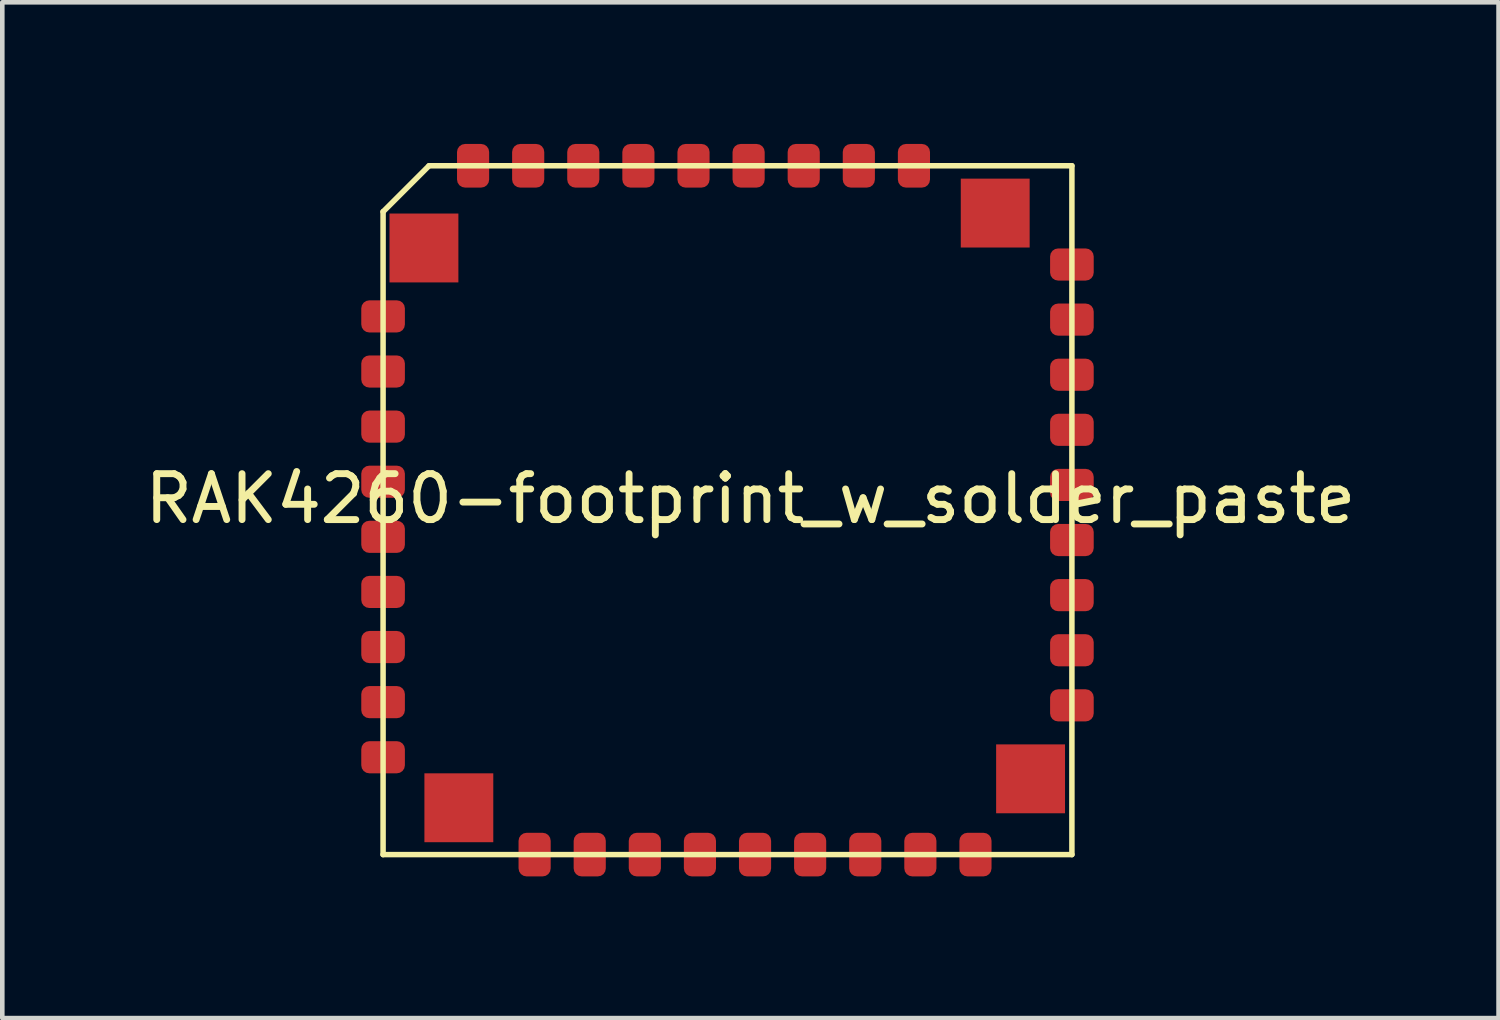
<source format=kicad_pcb>
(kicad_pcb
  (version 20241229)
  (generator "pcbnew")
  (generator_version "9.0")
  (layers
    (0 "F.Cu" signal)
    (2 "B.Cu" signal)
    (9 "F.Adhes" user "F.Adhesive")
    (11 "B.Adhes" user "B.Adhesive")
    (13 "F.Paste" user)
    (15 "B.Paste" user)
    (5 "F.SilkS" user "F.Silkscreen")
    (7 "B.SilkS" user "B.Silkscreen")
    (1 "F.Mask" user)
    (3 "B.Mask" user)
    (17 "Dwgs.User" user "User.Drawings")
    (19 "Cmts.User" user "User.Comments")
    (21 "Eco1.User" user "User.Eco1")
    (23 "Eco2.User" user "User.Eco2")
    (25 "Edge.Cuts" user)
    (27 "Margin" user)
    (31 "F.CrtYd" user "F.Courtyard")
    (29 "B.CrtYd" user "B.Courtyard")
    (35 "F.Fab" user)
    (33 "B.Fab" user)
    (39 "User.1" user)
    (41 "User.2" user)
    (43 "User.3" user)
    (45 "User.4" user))
  (footprint "RAK4260-footprint_w_solder_paste"
    (layer "F.Cu")
    (at 12.792 8.06)
    (property "Reference" "RAK4260-footprint_w_solder_paste" (at 0.5 -0.25 0) (layer "F.SilkS") (effects (font (size 1 1) (thickness 0.15))))
    (attr through_hole)
    (fp_line (start -7.5 7.5) (end -7.5 -6.5) (stroke (width 0.12) (type solid)) (layer "F.SilkS"))
    (fp_line (start -7.5 7.5) (end 7.5 7.5) (stroke (width 0.12) (type solid)) (layer "F.SilkS"))
    (fp_line (start -6.5 -7.5) (end -7.5 -6.5) (stroke (width 0.12) (type solid)) (layer "F.SilkS"))
    (fp_line (start 7.5 -7.5) (end -6.5 -7.5) (stroke (width 0.12) (type solid)) (layer "F.SilkS"))
    (fp_line (start 7.5 7.5) (end 7.5 -7.5) (stroke (width 0.12) (type solid)) (layer "F.SilkS"))
    (fp_line (start -8 0) (end 8 0) (stroke (width 0.12) (type solid)) (layer "Eco1.User"))
    (fp_line (start 0 8) (end 0 -8) (stroke (width 0.12) (type solid)) (layer "Eco1.User"))
    (pad "1" smd roundrect (at -7.5 -4.22) (size 0.95 0.7) (layers "F.Cu" "F.Mask" "F.Paste") (roundrect_rratio 0.25))
    (pad "2" smd roundrect (at -7.5 -3.02) (size 0.95 0.7) (layers "F.Cu" "F.Mask" "F.Paste") (roundrect_rratio 0.25))
    (pad "3" smd roundrect (at -7.5 -1.82) (size 0.95 0.7) (layers "F.Cu" "F.Mask" "F.Paste") (roundrect_rratio 0.25))
    (pad "4" smd roundrect (at -7.5 -0.62) (size 0.95 0.7) (layers "F.Cu" "F.Mask" "F.Paste") (roundrect_rratio 0.25))
    (pad "5" smd roundrect (at -7.5 0.58) (size 0.95 0.7) (layers "F.Cu" "F.Mask" "F.Paste") (roundrect_rratio 0.25))
    (pad "6" smd roundrect (at -7.5 1.78) (size 0.95 0.7) (layers "F.Cu" "F.Mask" "F.Paste") (roundrect_rratio 0.25))
    (pad "7" smd roundrect (at -7.5 2.98) (size 0.95 0.7) (layers "F.Cu" "F.Mask" "F.Paste") (roundrect_rratio 0.25))
    (pad "8" smd roundrect (at -7.5 4.18) (size 0.95 0.7) (layers "F.Cu" "F.Mask" "F.Paste") (roundrect_rratio 0.25))
    (pad "9" smd roundrect (at -7.5 5.38) (size 0.95 0.7) (layers "F.Cu" "F.Mask" "F.Paste") (roundrect_rratio 0.25))
    (pad "10" smd roundrect (at -4.2 7.5 90) (size 0.95 0.7) (layers "F.Cu" "F.Mask" "F.Paste") (roundrect_rratio 0.25))
    (pad "11" smd roundrect (at -3 7.5 90) (size 0.95 0.7) (layers "F.Cu" "F.Mask" "F.Paste") (roundrect_rratio 0.25))
    (pad "12" smd roundrect (at -1.8 7.5 90) (size 0.95 0.7) (layers "F.Cu" "F.Mask" "F.Paste") (roundrect_rratio 0.25))
    (pad "13" smd roundrect (at -0.6 7.5 90) (size 0.95 0.7) (layers "F.Cu" "F.Mask" "F.Paste") (roundrect_rratio 0.25))
    (pad "14" smd roundrect (at 0.6 7.5 90) (size 0.95 0.7) (layers "F.Cu" "F.Mask" "F.Paste") (roundrect_rratio 0.25))
    (pad "15" smd roundrect (at 1.8 7.5 90) (size 0.95 0.7) (layers "F.Cu" "F.Mask" "F.Paste") (roundrect_rratio 0.25))
    (pad "16" smd roundrect (at 3 7.5 90) (size 0.95 0.7) (layers "F.Cu" "F.Mask" "F.Paste") (roundrect_rratio 0.25))
    (pad "17" smd roundrect (at 4.2 7.5 90) (size 0.95 0.7) (layers "F.Cu" "F.Mask" "F.Paste") (roundrect_rratio 0.25))
    (pad "18" smd roundrect (at 5.4 7.5 90) (size 0.95 0.7) (layers "F.Cu" "F.Mask" "F.Paste") (roundrect_rratio 0.25))
    (pad "19" smd roundrect (at 7.5 4.25 180) (size 0.95 0.7) (layers "F.Cu" "F.Mask" "F.Paste") (roundrect_rratio 0.25))
    (pad "20" smd roundrect (at 7.5 3.05 180) (size 0.95 0.7) (layers "F.Cu" "F.Mask" "F.Paste") (roundrect_rratio 0.25))
    (pad "21" smd roundrect (at 7.5 1.85 180) (size 0.95 0.7) (layers "F.Cu" "F.Mask" "F.Paste") (roundrect_rratio 0.25))
    (pad "22" smd roundrect (at 7.5 0.65 180) (size 0.95 0.7) (layers "F.Cu" "F.Mask" "F.Paste") (roundrect_rratio 0.25))
    (pad "23" smd roundrect (at 7.5 -0.55 180) (size 0.95 0.7) (layers "F.Cu" "F.Mask" "F.Paste") (roundrect_rratio 0.25))
    (pad "24" smd roundrect (at 7.5 -1.75 180) (size 0.95 0.7) (layers "F.Cu" "F.Mask" "F.Paste") (roundrect_rratio 0.25))
    (pad "25" smd roundrect (at 7.5 -2.95 180) (size 0.95 0.7) (layers "F.Cu" "F.Mask" "F.Paste") (roundrect_rratio 0.25))
    (pad "26" smd roundrect (at 7.5 -4.15 180) (size 0.95 0.7) (layers "F.Cu" "F.Mask" "F.Paste") (roundrect_rratio 0.25))
    (pad "27" smd roundrect (at 7.5 -5.35 180) (size 0.95 0.7) (layers "F.Cu" "F.Mask" "F.Paste") (roundrect_rratio 0.25))
    (pad "28" smd roundrect (at 4.06 -7.5 90) (size 0.95 0.7) (layers "F.Cu" "F.Mask" "F.Paste") (roundrect_rratio 0.25))
    (pad "29" smd roundrect (at 2.86 -7.5 90) (size 0.95 0.7) (layers "F.Cu" "F.Mask" "F.Paste") (roundrect_rratio 0.25))
    (pad "30" smd roundrect (at 1.66 -7.5 90) (size 0.95 0.7) (layers "F.Cu" "F.Mask" "F.Paste") (roundrect_rratio 0.25))
    (pad "31" smd roundrect (at 0.46 -7.5 90) (size 0.95 0.7) (layers "F.Cu" "F.Mask" "F.Paste") (roundrect_rratio 0.25))
    (pad "32" smd roundrect (at -0.74 -7.5 90) (size 0.95 0.7) (layers "F.Cu" "F.Mask" "F.Paste") (roundrect_rratio 0.25))
    (pad "33" smd roundrect (at -1.94 -7.5 90) (size 0.95 0.7) (layers "F.Cu" "F.Mask" "F.Paste") (roundrect_rratio 0.25))
    (pad "34" smd roundrect (at -3.14 -7.5 90) (size 0.95 0.7) (layers "F.Cu" "F.Mask" "F.Paste") (roundrect_rratio 0.25))
    (pad "35" smd roundrect (at -4.34 -7.5 90) (size 0.95 0.7) (layers "F.Cu" "F.Mask" "F.Paste") (roundrect_rratio 0.25))
    (pad "36" smd roundrect (at -5.54 -7.5 90) (size 0.95 0.7) (layers "F.Cu" "F.Mask" "F.Paste") (roundrect_rratio 0.25))
    (pad "37" smd rect (at -6.61 -5.71) (size 1.5 1.5) (layers "F.Cu" "F.Mask" "F.Paste"))
    (pad "37" smd rect (at -5.85 6.48) (size 1.5 1.5) (layers "F.Cu" "F.Mask" "F.Paste"))
    (pad "37" smd rect (at 5.83 -6.47) (size 1.5 1.5) (layers "F.Cu" "F.Mask" "F.Paste"))
    (pad "37" smd rect (at 6.6 5.85) (size 1.5 1.5) (layers "F.Cu" "F.Mask" "F.Paste")))
  (gr_rect
    (start -3 -3)
    (end 29.583 19.12)
    (stroke (width 0.1) (type default))
    (fill no)
    (layer "Edge.Cuts")))
</source>
